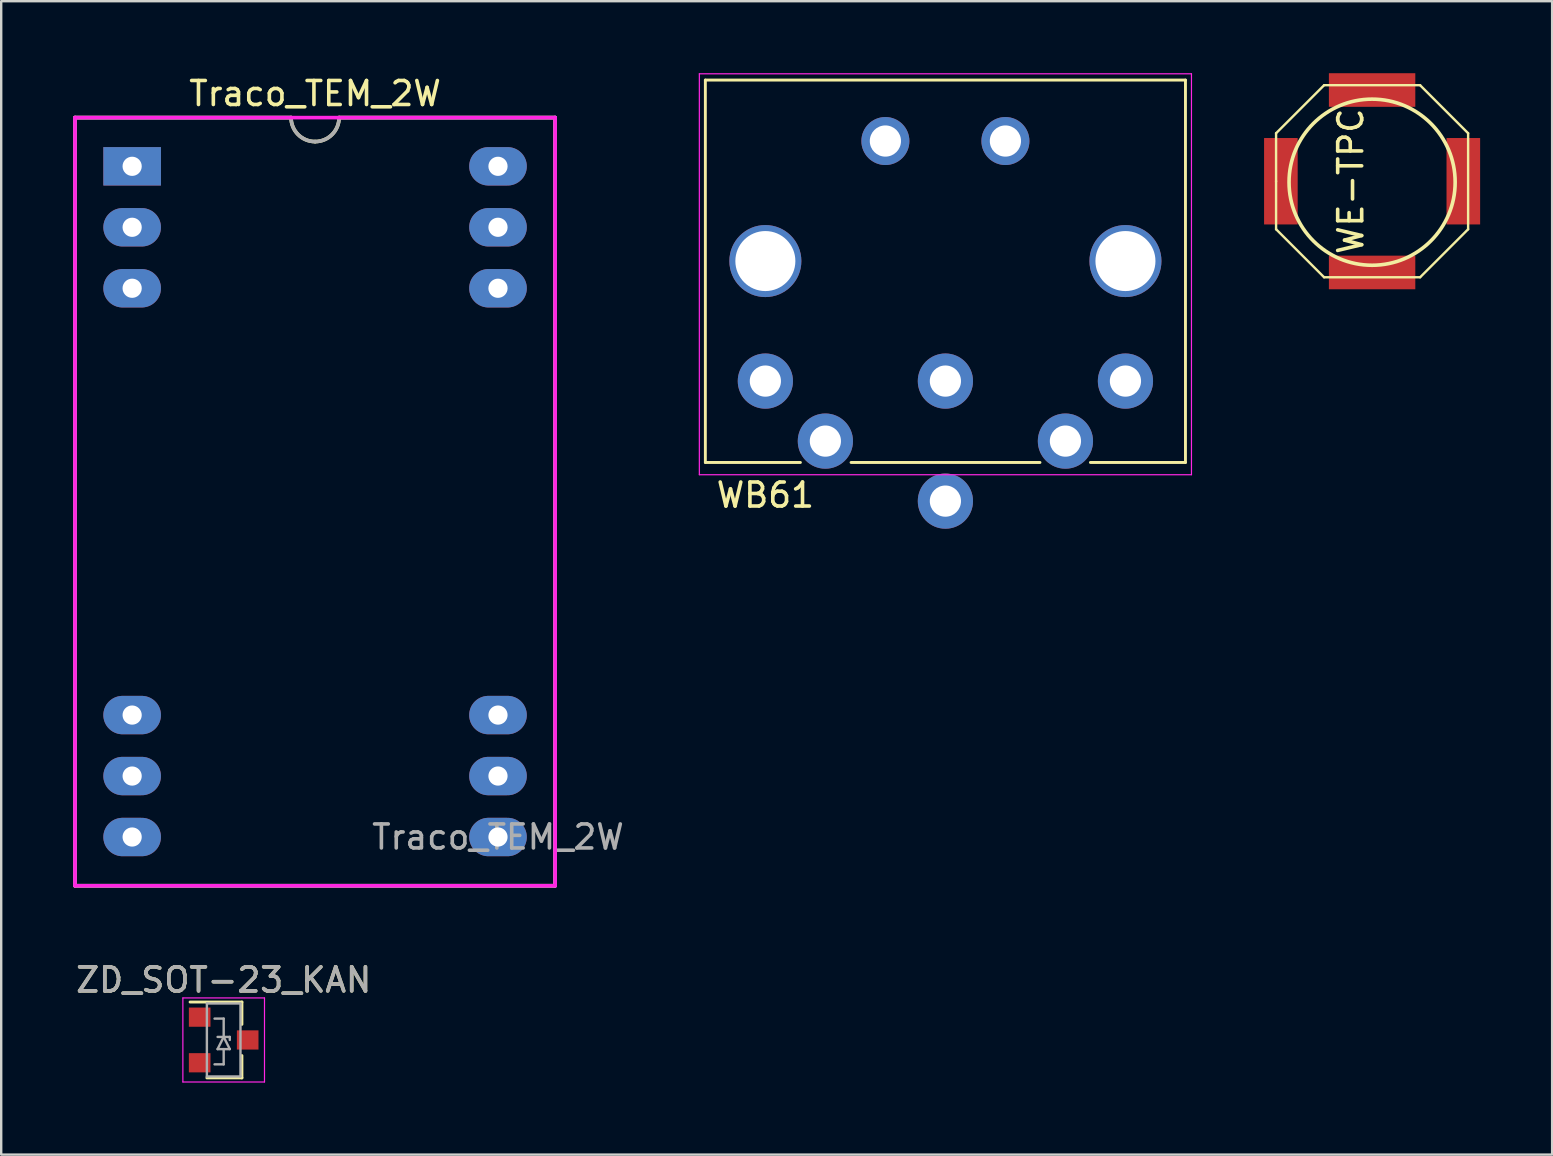
<source format=kicad_pcb>
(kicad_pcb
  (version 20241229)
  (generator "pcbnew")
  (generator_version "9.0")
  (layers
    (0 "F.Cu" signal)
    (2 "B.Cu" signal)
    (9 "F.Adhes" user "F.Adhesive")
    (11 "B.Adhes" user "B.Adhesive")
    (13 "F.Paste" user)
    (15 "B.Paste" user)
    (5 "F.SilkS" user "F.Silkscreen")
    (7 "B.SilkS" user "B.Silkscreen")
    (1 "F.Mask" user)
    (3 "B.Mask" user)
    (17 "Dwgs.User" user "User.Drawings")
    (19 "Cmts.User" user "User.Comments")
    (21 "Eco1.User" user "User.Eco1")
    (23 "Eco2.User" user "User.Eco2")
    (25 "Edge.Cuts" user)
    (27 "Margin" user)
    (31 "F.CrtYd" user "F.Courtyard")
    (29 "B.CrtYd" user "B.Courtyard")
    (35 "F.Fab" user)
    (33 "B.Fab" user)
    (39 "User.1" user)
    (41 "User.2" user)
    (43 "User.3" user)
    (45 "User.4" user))
  (footprint "ZD_SOT-23_KAN"
    (layer "F.Cu")
    (at 6.268 40.272)
    (property "Reference" "ZD_SOT-23_KAN" (at 0 -2.5 0) (layer "F.SilkS") (effects (font (size 1 1) (thickness 0.15))))
    (attr smd)
    (fp_line (start 0.76 -1.58) (end -1.4 -1.58) (stroke (width 0.12) (type solid)) (layer "F.SilkS"))
    (fp_line (start 0.76 -1.58) (end 0.76 -0.65) (stroke (width 0.12) (type solid)) (layer "F.SilkS"))
    (fp_line (start 0.76 1.58) (end -0.7 1.58) (stroke (width 0.12) (type solid)) (layer "F.SilkS"))
    (fp_line (start 0.76 1.58) (end 0.76 0.65) (stroke (width 0.12) (type solid)) (layer "F.SilkS"))
    (fp_line (start -1.7 -1.75) (end 1.7 -1.75) (stroke (width 0.05) (type solid)) (layer "F.CrtYd"))
    (fp_line (start -1.7 1.75) (end -1.7 -1.75) (stroke (width 0.05) (type solid)) (layer "F.CrtYd"))
    (fp_line (start 1.7 -1.75) (end 1.7 1.75) (stroke (width 0.05) (type solid)) (layer "F.CrtYd"))
    (fp_line (start 1.7 1.75) (end -1.7 1.75) (stroke (width 0.05) (type solid)) (layer "F.CrtYd"))
    (fp_line (start -0.7 -1.52) (end -0.7 1.52) (stroke (width 0.1) (type solid)) (layer "F.Fab"))
    (fp_line (start -0.7 -1.52) (end 0.7 -1.52) (stroke (width 0.1) (type solid)) (layer "F.Fab"))
    (fp_line (start -0.7 1.52) (end 0.7 1.52) (stroke (width 0.1) (type solid)) (layer "F.Fab"))
    (fp_line (start -0.381 1.016) (end 0 1.016) (stroke (width 0.1) (type solid)) (layer "F.Fab"))
    (fp_line (start -0.254 -0.127) (end 0.254 -0.127) (stroke (width 0.1) (type solid)) (layer "F.Fab"))
    (fp_line (start -0.254 0.381) (end 0.254 0.381) (stroke (width 0.1) (type solid)) (layer "F.Fab"))
    (fp_line (start 0 -0.889) (end -0.381 -0.889) (stroke (width 0.1) (type solid)) (layer "F.Fab"))
    (fp_line (start 0 -0.127) (end -0.254 0.381) (stroke (width 0.1) (type solid)) (layer "F.Fab"))
    (fp_line (start 0 -0.127) (end 0 -0.889) (stroke (width 0.1) (type solid)) (layer "F.Fab"))
    (fp_line (start 0 1.016) (end 0 0.381) (stroke (width 0.1) (type solid)) (layer "F.Fab"))
    (fp_line (start 0.254 -0.127) (end 0.254 0) (stroke (width 0.1) (type solid)) (layer "F.Fab"))
    (fp_line (start 0.254 0.381) (end 0 -0.127) (stroke (width 0.1) (type solid)) (layer "F.Fab"))
    (fp_line (start 0.7 -1.52) (end 0.7 1.52) (stroke (width 0.1) (type solid)) (layer "F.Fab"))
    (fp_text user "${REFERENCE}" (at 0 -2.5 0) (layer "F.Fab") (effects (font (size 1 1) (thickness 0.15))))
    (pad "1" smd rect (at -1 -0.95) (size 0.9 0.8) (layers "F.Cu" "F.Mask" "F.Paste"))
    (pad "2" smd rect (at -1 0.95) (size 0.9 0.8) (layers "F.Cu" "F.Mask" "F.Paste"))
    (pad "3" smd rect (at 1 0) (size 0.9 0.8) (layers "F.Cu" "F.Mask" "F.Paste")))
  (footprint "WB61"
    (layer "F.Cu")
    (at 36.333 7.825)
    (property "Reference" "WB61" (at -7.5 9.75 0) (layer "F.SilkS") (effects (font (size 1 1) (thickness 0.15))))
    (attr through_hole)
    (fp_line (start -10 8.39) (end -10 -7.54) (stroke (width 0.12) (type solid)) (layer "F.SilkS"))
    (fp_line (start -6.04 8.39) (end -10 8.39) (stroke (width 0.12) (type solid)) (layer "F.SilkS"))
    (fp_line (start 3.94 8.39) (end -3.93 8.39) (stroke (width 0.12) (type solid)) (layer "F.SilkS"))
    (fp_line (start 10 -7.54) (end -10 -7.54) (stroke (width 0.12) (type solid)) (layer "F.SilkS"))
    (fp_line (start 10 8.39) (end 6.04 8.39) (stroke (width 0.12) (type solid)) (layer "F.SilkS"))
    (fp_line (start 10 8.39) (end 10 -7.54) (stroke (width 0.12) (type solid)) (layer "F.SilkS"))
    (fp_line (start -10.25 -7.8) (end -10.25 8.9) (stroke (width 0.05) (type solid)) (layer "F.CrtYd"))
    (fp_line (start 10.25 -7.8) (end -10.25 -7.8) (stroke (width 0.05) (type solid)) (layer "F.CrtYd"))
    (fp_line (start 10.25 8.9) (end -10.25 8.9) (stroke (width 0.05) (type solid)) (layer "F.CrtYd"))
    (fp_line (start 10.25 8.9) (end 10.25 -7.8) (stroke (width 0.05) (type solid)) (layer "F.CrtYd"))
    (pad "" thru_hole circle (at -7.5 0) (size 3 3) (drill 2.5) (layers "*.Cu" "*.Mask"))
    (pad "" thru_hole circle (at 7.5 0) (size 3 3) (drill 2.5) (layers "*.Cu" "*.Mask"))
    (pad "1" thru_hole circle (at -7.5 5) (size 2.3 2.3) (drill 1.3) (layers "*.Cu" "*.Mask"))
    (pad "2" thru_hole circle (at -5 7.5) (size 2.3 2.3) (drill 1.3) (layers "*.Cu" "*.Mask"))
    (pad "3" thru_hole circle (at 0 5) (size 2.3 2.3) (drill 1.3) (layers "*.Cu" "*.Mask"))
    (pad "4" thru_hole circle (at 5 7.5) (size 2.3 2.3) (drill 1.3) (layers "*.Cu" "*.Mask"))
    (pad "5" thru_hole circle (at 7.5 5) (size 2.3 2.3) (drill 1.3) (layers "*.Cu" "*.Mask"))
    (pad "6" thru_hole circle (at 0 10) (size 2.3 2.3) (drill 1.3) (layers "*.Cu" "*.Mask"))
    (pad "SHLD" thru_hole circle (at -2.5 -5) (size 2 2) (drill 1.3) (layers "*.Cu" "*.Mask"))
    (pad "SHLD" thru_hole circle (at 2.5 -5) (size 2 2) (drill 1.3) (layers "*.Cu" "*.Mask")))
  (footprint "Traco_TEM_2W"
    (layer "F.Cu")
    (at 10.075 17.848)
    (property "Reference" "Traco_TEM_2W" (at 0 -17 0) (layer "F.SilkS") (effects (font (size 1 1) (thickness 0.15))))
    (attr through_hole)
    (fp_line (start -10 16) (end -10 -16) (stroke (width 0.15) (type solid)) (layer "F.SilkS"))
    (fp_line (start -1 -16) (end -10 -16) (stroke (width 0.15) (type solid)) (layer "F.SilkS"))
    (fp_line (start 1 -16) (end 10 -16) (stroke (width 0.15) (type solid)) (layer "F.SilkS"))
    (fp_line (start 10 -16) (end 10 16) (stroke (width 0.15) (type solid)) (layer "F.SilkS"))
    (fp_line (start 10 16) (end -10 16) (stroke (width 0.15) (type solid)) (layer "F.SilkS"))
    (fp_arc (start 0 -15) (mid -0.707107 -15.292893) (end -1 -16) (stroke (width 0.15) (type solid)) (layer "F.SilkS"))
    (fp_arc (start 1 -16) (mid 0.707107 -15.292893) (end 0 -15) (stroke (width 0.15) (type solid)) (layer "F.SilkS"))
    (fp_line (start -10 -16) (end -10 16) (stroke (width 0.15) (type solid)) (layer "F.CrtYd"))
    (fp_line (start -10 -16) (end 10 -16) (stroke (width 0.15) (type solid)) (layer "F.CrtYd"))
    (fp_line (start -10 16) (end 10 16) (stroke (width 0.15) (type solid)) (layer "F.CrtYd"))
    (fp_line (start 10 -16) (end 10 16) (stroke (width 0.15) (type solid)) (layer "F.CrtYd"))
    (fp_line (start -10 -16) (end -10 16) (stroke (width 0.15) (type solid)) (layer "F.Fab"))
    (fp_line (start -10 16) (end 10 16) (stroke (width 0.15) (type solid)) (layer "F.Fab"))
    (fp_line (start -1 -16) (end -10 -16) (stroke (width 0.15) (type solid)) (layer "F.Fab"))
    (fp_line (start 1 -16) (end 10 -16) (stroke (width 0.15) (type solid)) (layer "F.Fab"))
    (fp_line (start 10 16) (end 10 -16) (stroke (width 0.15) (type solid)) (layer "F.Fab"))
    (fp_arc (start 0 -15) (mid -0.707107 -15.292893) (end -1 -16) (stroke (width 0.15) (type solid)) (layer "F.Fab"))
    (fp_arc (start 1 -16) (mid 0.707107 -15.292893) (end 0 -15) (stroke (width 0.15) (type solid)) (layer "F.Fab"))
    (fp_text user "${REFERENCE}" (at 7.62 13.97 0) (layer "F.Fab") (effects (font (size 1 1) (thickness 0.15))))
    (pad "1" thru_hole rect (at -7.62 -13.97) (size 2.4 1.6) (drill 0.8) (layers "*.Cu" "*.Mask"))
    (pad "2" thru_hole oval (at -7.62 -11.43) (size 2.4 1.6) (drill 0.8) (layers "*.Cu" "*.Mask"))
    (pad "3" thru_hole oval (at -7.62 -8.89) (size 2.4 1.6) (drill 0.8) (layers "*.Cu" "*.Mask"))
    (pad "10" thru_hole oval (at -7.62 8.89) (size 2.4 1.6) (drill 0.8) (layers "*.Cu" "*.Mask"))
    (pad "11" thru_hole oval (at -7.62 11.43) (size 2.4 1.6) (drill 0.8) (layers "*.Cu" "*.Mask"))
    (pad "12" thru_hole oval (at -7.62 13.97) (size 2.4 1.6) (drill 0.8) (layers "*.Cu" "*.Mask"))
    (pad "13" thru_hole oval (at 7.62 13.97) (size 2.4 1.6) (drill 0.8) (layers "*.Cu" "*.Mask"))
    (pad "14" thru_hole oval (at 7.62 11.43) (size 2.4 1.6) (drill 0.8) (layers "*.Cu" "*.Mask"))
    (pad "15" thru_hole oval (at 7.62 8.89) (size 2.4 1.6) (drill 0.8) (layers "*.Cu" "*.Mask"))
    (pad "22" thru_hole oval (at 7.62 -8.89) (size 2.4 1.6) (drill 0.8) (layers "*.Cu" "*.Mask"))
    (pad "23" thru_hole oval (at 7.62 -11.43) (size 2.4 1.6) (drill 0.8) (layers "*.Cu" "*.Mask"))
    (pad "24" thru_hole oval (at 7.62 -13.97) (size 2.4 1.6) (drill 0.8) (layers "*.Cu" "*.Mask")))
  (footprint "WE-TPC"
    (layer "F.Cu")
    (at 54.108 4.5)
    (property "Reference" "WE-TPC" (at -0.889 0 90) (layer "F.SilkS") (effects (font (size 1 1) (thickness 0.15))))
    (attr smd)
    (fp_line (start -4 -2) (end -2 -4) (stroke (width 0.1) (type solid)) (layer "F.SilkS"))
    (fp_line (start -4 0) (end -4 -2) (stroke (width 0.1) (type solid)) (layer "F.SilkS"))
    (fp_line (start -4 2) (end -4 0) (stroke (width 0.1) (type solid)) (layer "F.SilkS"))
    (fp_line (start -2 -4) (end 2 -4) (stroke (width 0.1) (type solid)) (layer "F.SilkS"))
    (fp_line (start -2 4) (end -4 2) (stroke (width 0.1) (type solid)) (layer "F.SilkS"))
    (fp_line (start 2 -4) (end 4 -2) (stroke (width 0.1) (type solid)) (layer "F.SilkS"))
    (fp_line (start 2 4) (end -2 4) (stroke (width 0.1) (type solid)) (layer "F.SilkS"))
    (fp_line (start 4 -2) (end 4 2) (stroke (width 0.1) (type solid)) (layer "F.SilkS"))
    (fp_line (start 4 2) (end 2 4) (stroke (width 0.1) (type solid)) (layer "F.SilkS"))
    (fp_circle (center 0 0.04) (end 0 3.5) (stroke (width 0.15) (type solid)) (fill no) (layer "F.SilkS"))
    (pad "" smd rect (at -3.8 0 270) (size 3.6 1.4) (layers "F.Cu" "F.Mask" "F.Paste"))
    (pad "" smd rect (at 3.8 0 90) (size 3.6 1.4) (layers "F.Cu" "F.Mask" "F.Paste"))
    (pad "1" smd rect (at 0 -3.8) (size 3.6 1.4) (layers "F.Cu" "F.Mask" "F.Paste"))
    (pad "2" smd rect (at 0 3.8) (size 3.6 1.4) (layers "F.Cu" "F.Mask" "F.Paste")))
  (gr_rect
    (start -3 -3)
    (end 61.608 45.047)
    (stroke (width 0.1) (type default))
    (fill no)
    (layer "Edge.Cuts")))
</source>
